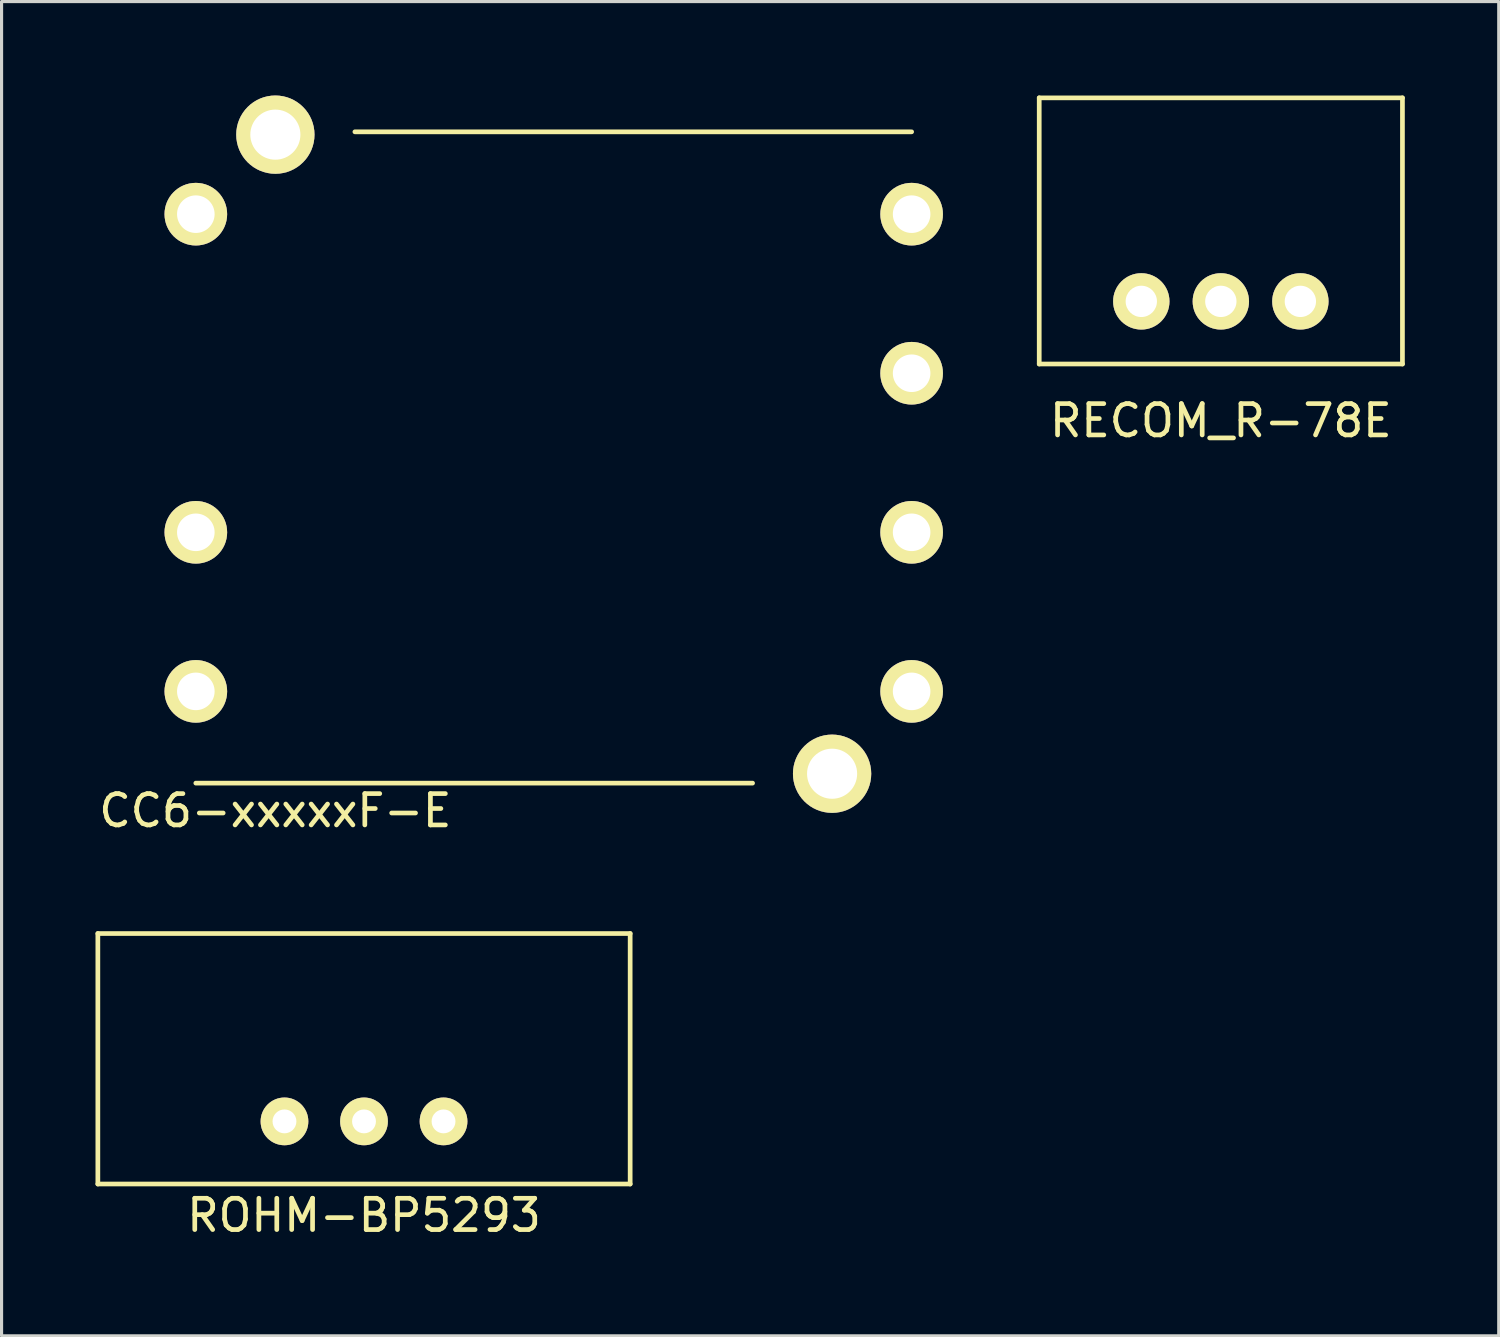
<source format=kicad_pcb>
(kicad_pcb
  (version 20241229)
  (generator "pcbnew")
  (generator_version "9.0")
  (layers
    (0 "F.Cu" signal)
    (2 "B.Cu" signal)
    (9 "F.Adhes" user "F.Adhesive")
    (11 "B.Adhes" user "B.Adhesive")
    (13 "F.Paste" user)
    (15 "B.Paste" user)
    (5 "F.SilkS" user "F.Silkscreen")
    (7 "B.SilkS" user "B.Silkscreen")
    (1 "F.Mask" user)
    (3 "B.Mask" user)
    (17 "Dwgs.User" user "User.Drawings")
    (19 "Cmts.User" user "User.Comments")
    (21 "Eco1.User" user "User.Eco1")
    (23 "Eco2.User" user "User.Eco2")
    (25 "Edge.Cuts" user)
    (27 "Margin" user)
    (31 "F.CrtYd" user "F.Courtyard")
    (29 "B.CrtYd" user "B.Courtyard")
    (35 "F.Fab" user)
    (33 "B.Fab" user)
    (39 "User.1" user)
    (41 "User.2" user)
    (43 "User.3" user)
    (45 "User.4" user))
  (footprint "RECOM_R-78E"
    (layer "F.Cu")
    (at 35.939 6.575)
    (property "Reference" "RECOM_R-78E" (at 0 3.81 0) (layer "F.SilkS") (effects (font (size 1 1) (thickness 0.15))))
    (attr through_hole)
    (fp_line (start -5.8 -6.5) (end -5.8 2) (stroke (width 0.15) (type solid)) (layer "F.SilkS"))
    (fp_line (start -5.8 2) (end 5.8 2) (stroke (width 0.15) (type solid)) (layer "F.SilkS"))
    (fp_line (start 5.8 -6.5) (end -5.8 -6.5) (stroke (width 0.15) (type solid)) (layer "F.SilkS"))
    (fp_line (start 5.8 -6.5) (end 5.8 2) (stroke (width 0.15) (type solid)) (layer "F.SilkS"))
    (pad "1" thru_hole circle (at -2.54 0) (size 1.8 1.8) (drill 1) (layers "*.Cu" "*.Mask" "F.SilkS"))
    (pad "2" thru_hole circle (at 0 0) (size 1.8 1.8) (drill 1) (layers "*.Cu" "*.Mask" "F.SilkS"))
    (pad "3" thru_hole circle (at 2.54 0) (size 1.8 1.8) (drill 1) (layers "*.Cu" "*.Mask" "F.SilkS")))
  (footprint "CC6-xxxxxF-E"
    (layer "F.Cu")
    (at 3.204 19.03)
    (property "Reference" "CC6-xxxxxF-E" (at 2.54 3.81 0) (layer "F.SilkS") (effects (font (size 1 1) (thickness 0.15))))
    (attr through_hole)
    (fp_line (start 0 2.93) (end 17.78 2.93) (stroke (width 0.15) (type solid)) (layer "F.SilkS"))
    (fp_line (start 22.86 -17.87) (end 5.08 -17.87) (stroke (width 0.15) (type solid)) (layer "F.SilkS"))
    (pad "" thru_hole circle (at 2.54 -17.78) (size 2.5 2.5) (drill 1.6) (layers "*.Cu" "*.Mask" "F.SilkS"))
    (pad "" thru_hole circle (at 20.32 2.63) (size 2.5 2.5) (drill 1.6) (layers "*.Cu" "*.Mask" "F.SilkS"))
    (pad "1" thru_hole circle (at 0 -15.24) (size 2 2) (drill 1.2) (layers "*.Cu" "*.Mask" "F.SilkS"))
    (pad "2" thru_hole circle (at 0 -5.08) (size 2 2) (drill 1.2) (layers "*.Cu" "*.Mask" "F.SilkS"))
    (pad "3" thru_hole circle (at 0 0) (size 2 2) (drill 1.2) (layers "*.Cu" "*.Mask" "F.SilkS"))
    (pad "4" thru_hole circle (at 22.86 0) (size 2 2) (drill 1.2) (layers "*.Cu" "*.Mask" "F.SilkS"))
    (pad "5" thru_hole circle (at 22.86 -5.08) (size 2 2) (drill 1.2) (layers "*.Cu" "*.Mask" "F.SilkS"))
    (pad "6" thru_hole circle (at 22.86 -10.16) (size 2 2) (drill 1.2) (layers "*.Cu" "*.Mask" "F.SilkS"))
    (pad "7" thru_hole circle (at 22.86 -15.24) (size 2 2) (drill 1.2) (layers "*.Cu" "*.Mask" "F.SilkS")))
  (footprint "ROHM-BP5293"
    (layer "F.Cu")
    (at 8.575 32.763)
    (property "Reference" "ROHM-BP5293" (at 0 3 0) (layer "F.SilkS") (effects (font (size 1 1) (thickness 0.15))))
    (attr through_hole)
    (fp_line (start -8.5 -6) (end -8.5 2) (stroke (width 0.15) (type solid)) (layer "F.SilkS"))
    (fp_line (start -8.5 2) (end 8.5 2) (stroke (width 0.15) (type solid)) (layer "F.SilkS"))
    (fp_line (start 8.5 -6) (end -8.5 -6) (stroke (width 0.15) (type solid)) (layer "F.SilkS"))
    (fp_line (start 8.5 2) (end 8.5 -6) (stroke (width 0.15) (type solid)) (layer "F.SilkS"))
    (pad "1" thru_hole circle (at -2.54 0) (size 1.524 1.524) (drill 0.762) (layers "*.Cu" "*.Mask" "F.SilkS"))
    (pad "2" thru_hole circle (at 0 0) (size 1.524 1.524) (drill 0.762) (layers "*.Cu" "*.Mask" "F.SilkS"))
    (pad "3" thru_hole circle (at 2.54 0) (size 1.524 1.524) (drill 0.762) (layers "*.Cu" "*.Mask" "F.SilkS")))
  (gr_rect
    (start -3 -3)
    (end 44.814 39.611)
    (stroke (width 0.1) (type default))
    (fill no)
    (layer "Edge.Cuts")))
</source>
